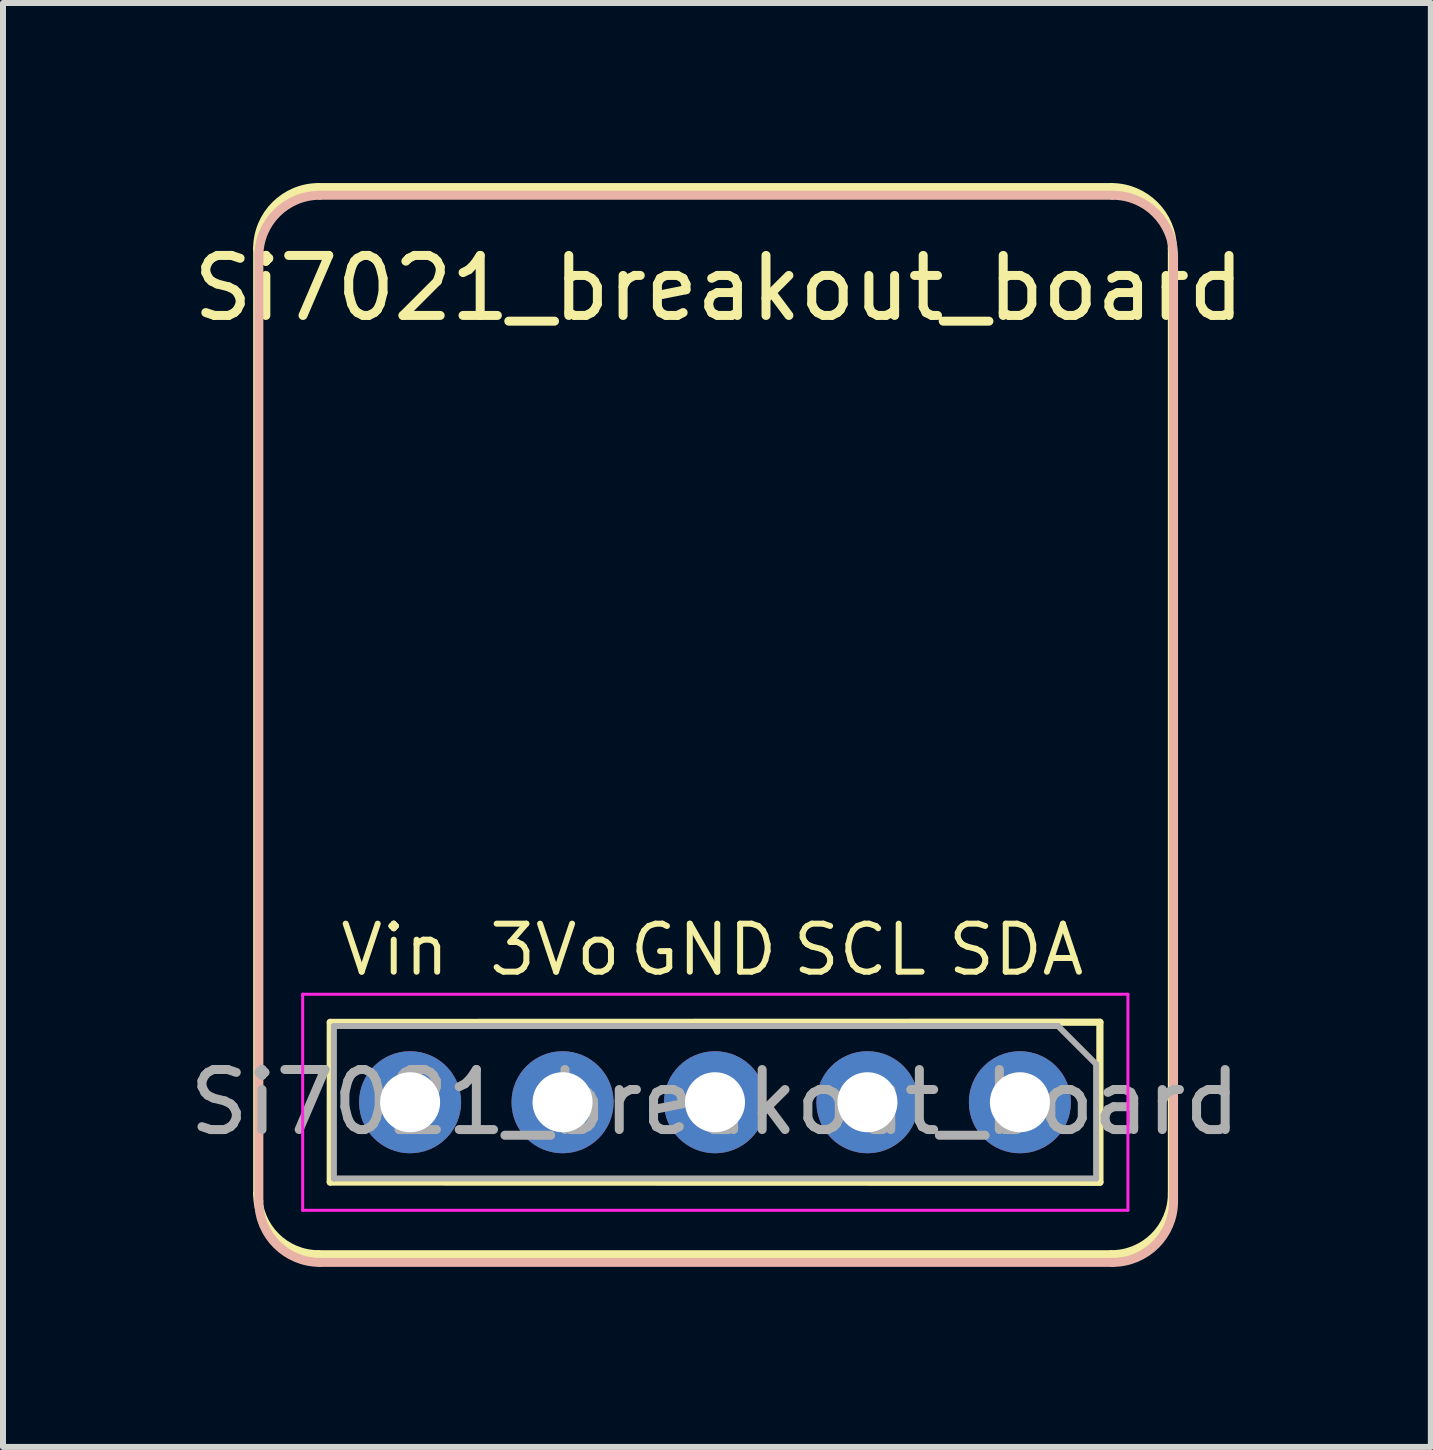
<source format=kicad_pcb>
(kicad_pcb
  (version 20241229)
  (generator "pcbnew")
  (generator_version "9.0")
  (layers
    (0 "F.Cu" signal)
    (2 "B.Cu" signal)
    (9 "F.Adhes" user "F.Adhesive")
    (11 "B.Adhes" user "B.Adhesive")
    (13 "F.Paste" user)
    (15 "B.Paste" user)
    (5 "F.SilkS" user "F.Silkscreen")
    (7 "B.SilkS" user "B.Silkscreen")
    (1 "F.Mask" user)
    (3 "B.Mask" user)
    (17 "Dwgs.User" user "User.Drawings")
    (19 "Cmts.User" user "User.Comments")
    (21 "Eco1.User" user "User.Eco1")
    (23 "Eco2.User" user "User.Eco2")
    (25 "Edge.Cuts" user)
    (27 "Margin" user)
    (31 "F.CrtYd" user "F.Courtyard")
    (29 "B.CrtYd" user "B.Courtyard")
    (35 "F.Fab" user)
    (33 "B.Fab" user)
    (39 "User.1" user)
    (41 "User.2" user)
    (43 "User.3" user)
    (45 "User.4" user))
  (footprint "Si7021_breakout_board"
    (layer "F.Cu")
    (at 8.863 8.965)
    (property "Reference" "Si7021_breakout_board" (at 0.064 -7.214 0) (layer "F.SilkS") (effects (font (size 1 1) (thickness 0.15))))
    (attr through_hole)
    (fp_line (start -7.62 -7.874) (end -7.62 7.874) (stroke (width 0.15) (type solid)) (layer "F.SilkS"))
    (fp_line (start -6.604 8.89) (end 6.604 8.89) (stroke (width 0.15) (type solid)) (layer "F.SilkS"))
    (fp_line (start -6.41 5.02) (end -6.41 7.68) (stroke (width 0.12) (type solid)) (layer "F.SilkS"))
    (fp_line (start 6.413 5.016) (end -6.41 5.02) (stroke (width 0.12) (type solid)) (layer "F.SilkS"))
    (fp_line (start 6.413 5.02) (end 6.413 7.68) (stroke (width 0.12) (type solid)) (layer "F.SilkS"))
    (fp_line (start 6.413 7.684) (end -6.41 7.68) (stroke (width 0.12) (type solid)) (layer "F.SilkS"))
    (fp_line (start 6.604 -8.89) (end -6.604 -8.89) (stroke (width 0.15) (type solid)) (layer "F.SilkS"))
    (fp_line (start 7.62 7.874) (end 7.62 -7.874) (stroke (width 0.15) (type solid)) (layer "F.SilkS"))
    (fp_arc (start -7.62 -7.874) (mid -7.32242 -8.59242) (end -6.604 -8.89) (stroke (width 0.15) (type solid)) (layer "F.SilkS"))
    (fp_arc (start -6.604 8.89) (mid -7.32242 8.59242) (end -7.62 7.874) (stroke (width 0.15) (type solid)) (layer "F.SilkS"))
    (fp_arc (start 6.604 -8.89) (mid 7.32242 -8.59242) (end 7.62 -7.874) (stroke (width 0.15) (type solid)) (layer "F.SilkS"))
    (fp_arc (start 7.62 7.874) (mid 7.32242 8.59242) (end 6.604 8.89) (stroke (width 0.15) (type solid)) (layer "F.SilkS"))
    (fp_line (start -7.6 8.002) (end -7.6 -7.746) (stroke (width 0.15) (type solid)) (layer "B.SilkS"))
    (fp_line (start -6.584 -8.762) (end 6.624 -8.762) (stroke (width 0.15) (type solid)) (layer "B.SilkS"))
    (fp_line (start 6.624 9.018) (end -6.584 9.018) (stroke (width 0.15) (type solid)) (layer "B.SilkS"))
    (fp_line (start 7.64 -7.746) (end 7.64 8.002) (stroke (width 0.15) (type solid)) (layer "B.SilkS"))
    (fp_arc (start -7.599883 -7.745639) (mid -7.302303 -8.464059) (end -6.583883 -8.761639) (stroke (width 0.15) (type solid)) (layer "B.SilkS"))
    (fp_arc (start -6.583883 9.018361) (mid -7.302303 8.720781) (end -7.599883 8.002361) (stroke (width 0.15) (type solid)) (layer "B.SilkS"))
    (fp_arc (start 6.624117 -8.761639) (mid 7.342537 -8.464059) (end 7.640117 -7.745639) (stroke (width 0.15) (type solid)) (layer "B.SilkS"))
    (fp_arc (start 7.640117 8.002361) (mid 7.342537 8.720781) (end 6.624117 9.018361) (stroke (width 0.15) (type solid)) (layer "B.SilkS"))
    (fp_line (start -6.87 4.55) (end -6.87 8.15) (stroke (width 0.05) (type solid)) (layer "F.CrtYd"))
    (fp_line (start -6.87 8.15) (end 6.88 8.15) (stroke (width 0.05) (type solid)) (layer "F.CrtYd"))
    (fp_line (start 6.88 4.55) (end -6.87 4.55) (stroke (width 0.05) (type solid)) (layer "F.CrtYd"))
    (fp_line (start 6.88 8.15) (end 6.88 4.55) (stroke (width 0.05) (type solid)) (layer "F.CrtYd"))
    (fp_line (start -6.35 5.08) (end 5.715 5.08) (stroke (width 0.1) (type solid)) (layer "F.Fab"))
    (fp_line (start -6.35 7.62) (end -6.35 5.08) (stroke (width 0.1) (type solid)) (layer "F.Fab"))
    (fp_line (start 5.715 5.08) (end 6.35 5.715) (stroke (width 0.1) (type solid)) (layer "F.Fab"))
    (fp_line (start 6.35 5.715) (end 6.35 7.62) (stroke (width 0.1) (type solid)) (layer "F.Fab"))
    (fp_line (start 6.35 7.62) (end -6.35 7.62) (stroke (width 0.1) (type solid)) (layer "F.Fab"))
    (fp_text user "Vin" (at -5.334 3.81 0) (layer "F.SilkS") (effects (font (size 0.8 0.8) (thickness 0.1))))
    (fp_text user "3Vo" (at -2.667 3.81 0) (layer "F.SilkS") (effects (font (size 0.8 0.8) (thickness 0.1))))
    (fp_text user "SCL" (at 2.413 3.81 0) (layer "F.SilkS") (effects (font (size 0.8 0.8) (thickness 0.1))))
    (fp_text user "SDA" (at 5.016 3.81 0) (layer "F.SilkS") (effects (font (size 0.8 0.8) (thickness 0.1))))
    (fp_text user "GND" (at -0.191 3.81 0) (layer "F.SilkS") (effects (font (size 0.8 0.8) (thickness 0.1))))
    (fp_text user "${REFERENCE}" (at 0 6.35 0) (layer "F.Fab") (effects (font (size 1 1) (thickness 0.15))))
    (pad "1" thru_hole circle (at 5.08 6.35 270) (size 1.7 1.7) (drill 1) (layers "*.Cu" "*.Mask"))
    (pad "2" thru_hole oval (at 2.54 6.35 270) (size 1.7 1.7) (drill 1) (layers "*.Cu" "*.Mask"))
    (pad "3" thru_hole oval (at 0 6.35 270) (size 1.7 1.7) (drill 1) (layers "*.Cu" "*.Mask"))
    (pad "4" thru_hole oval (at -2.54 6.35 270) (size 1.7 1.7) (drill 1) (layers "*.Cu" "*.Mask"))
    (pad "5" thru_hole oval (at -5.08 6.35 270) (size 1.7 1.7) (drill 1) (layers "*.Cu" "*.Mask")))
  (gr_rect
    (start -3 -3)
    (end 20.79 21.058)
    (stroke (width 0.1) (type default))
    (fill no)
    (layer "Edge.Cuts")))
</source>
